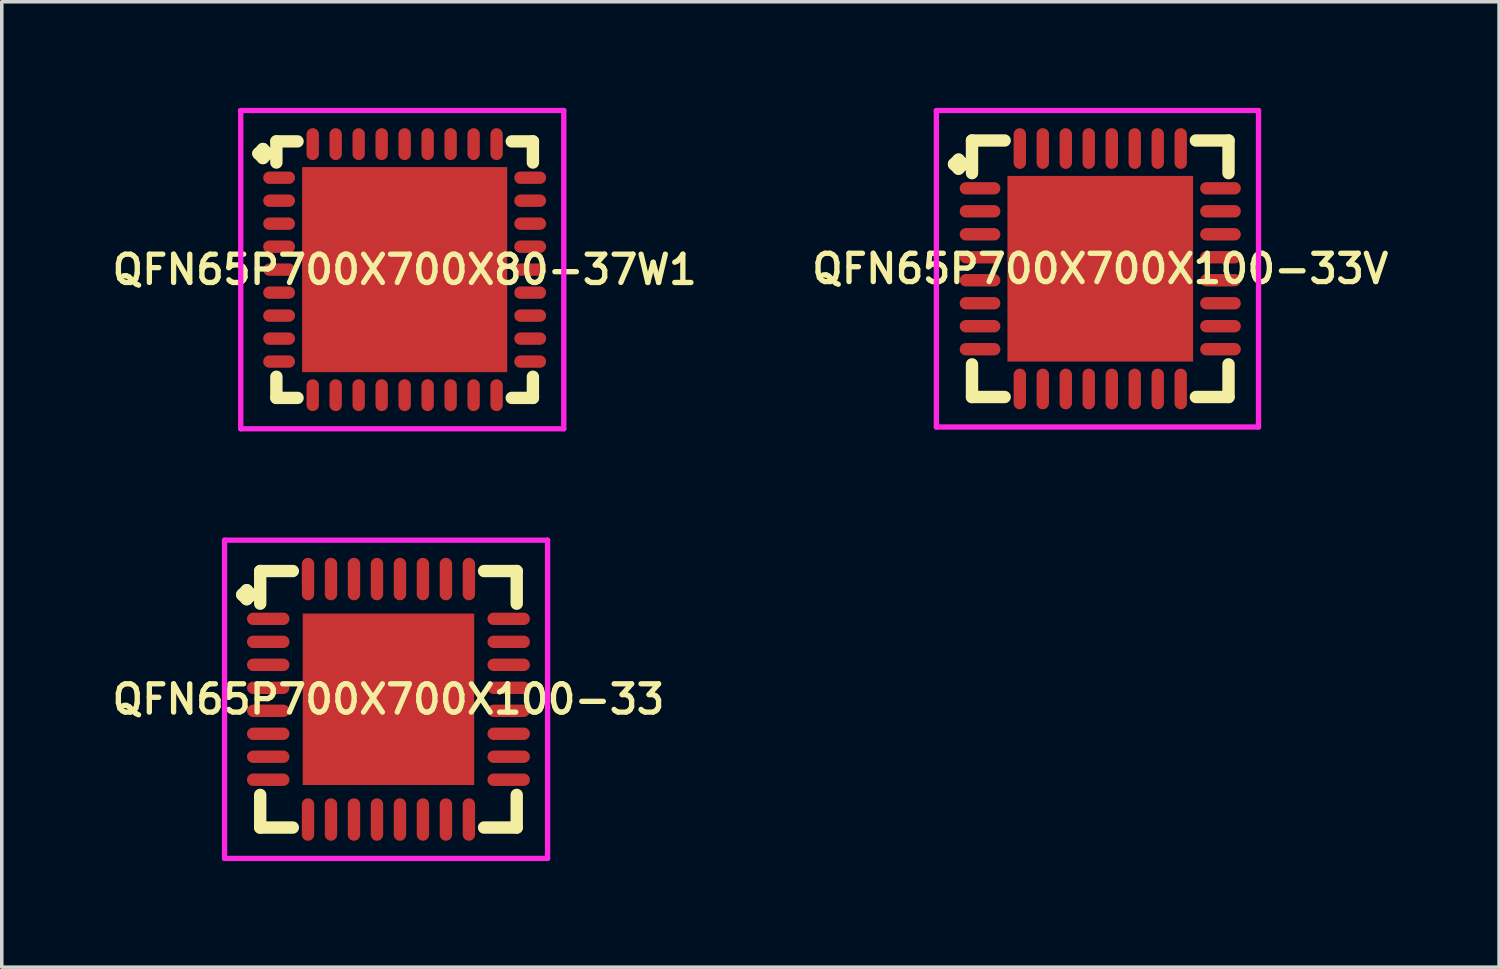
<source format=kicad_pcb>
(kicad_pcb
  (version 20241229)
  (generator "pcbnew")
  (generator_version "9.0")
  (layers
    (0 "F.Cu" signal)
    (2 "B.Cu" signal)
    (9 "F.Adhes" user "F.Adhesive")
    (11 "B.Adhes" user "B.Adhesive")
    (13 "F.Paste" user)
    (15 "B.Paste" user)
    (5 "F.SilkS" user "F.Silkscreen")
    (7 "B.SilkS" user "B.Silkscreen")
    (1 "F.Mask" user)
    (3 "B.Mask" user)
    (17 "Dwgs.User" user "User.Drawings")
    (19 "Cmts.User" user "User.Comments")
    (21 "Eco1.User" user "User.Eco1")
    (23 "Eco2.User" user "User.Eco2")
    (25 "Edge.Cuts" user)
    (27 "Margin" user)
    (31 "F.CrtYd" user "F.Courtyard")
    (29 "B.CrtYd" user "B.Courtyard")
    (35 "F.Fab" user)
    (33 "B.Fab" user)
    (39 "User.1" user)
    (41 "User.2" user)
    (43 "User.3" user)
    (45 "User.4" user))
  (footprint "QFN65P700X700X100-33"
    (layer "F.Cu")
    (at 7.935 16.725)
    (property "Reference" "QFN65P700X700X100-33" (at 0 0 0) (layer "F.SilkS") (effects (font (size 0.8 0.8) (thickness 0.15))))
    (attr smd)
    (fp_line (start -4.135 -2.958) (end -4.008 -3.085) (stroke (width 0.35) (type solid)) (layer "F.SilkS"))
    (fp_line (start -4.008 -3.085) (end -3.881 -2.958) (stroke (width 0.35) (type solid)) (layer "F.SilkS"))
    (fp_line (start -4.008 -2.831) (end -4.135 -2.958) (stroke (width 0.35) (type solid)) (layer "F.SilkS"))
    (fp_line (start -3.881 -2.958) (end -4.008 -2.831) (stroke (width 0.35) (type solid)) (layer "F.SilkS"))
    (fp_line (start -3.627 -3.627) (end -2.704 -3.627) (stroke (width 0.35) (type solid)) (layer "F.SilkS"))
    (fp_line (start -3.627 -2.704) (end -3.627 -3.627) (stroke (width 0.35) (type solid)) (layer "F.SilkS"))
    (fp_line (start -3.627 2.704) (end -3.627 3.627) (stroke (width 0.35) (type solid)) (layer "F.SilkS"))
    (fp_line (start -3.627 3.627) (end -2.704 3.627) (stroke (width 0.35) (type solid)) (layer "F.SilkS"))
    (fp_line (start 2.704 -3.627) (end 3.627 -3.627) (stroke (width 0.35) (type solid)) (layer "F.SilkS"))
    (fp_line (start 2.704 3.627) (end 3.627 3.627) (stroke (width 0.35) (type solid)) (layer "F.SilkS"))
    (fp_line (start 3.627 -3.627) (end 3.627 -2.704) (stroke (width 0.35) (type solid)) (layer "F.SilkS"))
    (fp_line (start 3.627 3.627) (end 3.627 2.704) (stroke (width 0.35) (type solid)) (layer "F.SilkS"))
    (fp_line (start -4.635 -4.5) (end 4.5 -4.5) (stroke (width 0.15) (type solid)) (layer "F.CrtYd"))
    (fp_line (start -4.635 4.5) (end -4.635 -4.5) (stroke (width 0.15) (type solid)) (layer "F.CrtYd"))
    (fp_line (start 4.5 -4.5) (end 4.5 4.5) (stroke (width 0.15) (type solid)) (layer "F.CrtYd"))
    (fp_line (start 4.5 4.5) (end -4.635 4.5) (stroke (width 0.15) (type solid)) (layer "F.CrtYd"))
    (pad "1" smd oval (at -3.4 -2.275) (size 1.2 0.35) (layers "F.Cu" "F.Mask" "F.Paste"))
    (pad "2" smd oval (at -3.4 -1.625) (size 1.2 0.35) (layers "F.Cu" "F.Mask" "F.Paste"))
    (pad "3" smd oval (at -3.4 -0.975) (size 1.2 0.35) (layers "F.Cu" "F.Mask" "F.Paste"))
    (pad "4" smd oval (at -3.4 -0.325) (size 1.2 0.35) (layers "F.Cu" "F.Mask" "F.Paste"))
    (pad "5" smd oval (at -3.4 0.325) (size 1.2 0.35) (layers "F.Cu" "F.Mask" "F.Paste"))
    (pad "6" smd oval (at -3.4 0.975) (size 1.2 0.35) (layers "F.Cu" "F.Mask" "F.Paste"))
    (pad "7" smd oval (at -3.4 1.625) (size 1.2 0.35) (layers "F.Cu" "F.Mask" "F.Paste"))
    (pad "8" smd oval (at -3.4 2.275) (size 1.2 0.35) (layers "F.Cu" "F.Mask" "F.Paste"))
    (pad "9" smd oval (at -2.275 3.4) (size 0.35 1.2) (layers "F.Cu" "F.Mask" "F.Paste"))
    (pad "10" smd oval (at -1.625 3.4) (size 0.35 1.2) (layers "F.Cu" "F.Mask" "F.Paste"))
    (pad "11" smd oval (at -0.975 3.4) (size 0.35 1.2) (layers "F.Cu" "F.Mask" "F.Paste"))
    (pad "12" smd oval (at -0.325 3.4) (size 0.35 1.2) (layers "F.Cu" "F.Mask" "F.Paste"))
    (pad "13" smd oval (at 0.325 3.4) (size 0.35 1.2) (layers "F.Cu" "F.Mask" "F.Paste"))
    (pad "14" smd oval (at 0.975 3.4) (size 0.35 1.2) (layers "F.Cu" "F.Mask" "F.Paste"))
    (pad "15" smd oval (at 1.625 3.4) (size 0.35 1.2) (layers "F.Cu" "F.Mask" "F.Paste"))
    (pad "16" smd oval (at 2.275 3.4) (size 0.35 1.2) (layers "F.Cu" "F.Mask" "F.Paste"))
    (pad "17" smd oval (at 3.4 2.275) (size 1.2 0.35) (layers "F.Cu" "F.Mask" "F.Paste"))
    (pad "18" smd oval (at 3.4 1.625) (size 1.2 0.35) (layers "F.Cu" "F.Mask" "F.Paste"))
    (pad "19" smd oval (at 3.4 0.975) (size 1.2 0.35) (layers "F.Cu" "F.Mask" "F.Paste"))
    (pad "20" smd oval (at 3.4 0.325) (size 1.2 0.35) (layers "F.Cu" "F.Mask" "F.Paste"))
    (pad "21" smd oval (at 3.4 -0.325) (size 1.2 0.35) (layers "F.Cu" "F.Mask" "F.Paste"))
    (pad "22" smd oval (at 3.4 -0.975) (size 1.2 0.35) (layers "F.Cu" "F.Mask" "F.Paste"))
    (pad "23" smd oval (at 3.4 -1.625) (size 1.2 0.35) (layers "F.Cu" "F.Mask" "F.Paste"))
    (pad "24" smd oval (at 3.4 -2.275) (size 1.2 0.35) (layers "F.Cu" "F.Mask" "F.Paste"))
    (pad "25" smd oval (at 2.275 -3.4) (size 0.35 1.2) (layers "F.Cu" "F.Mask" "F.Paste"))
    (pad "26" smd oval (at 1.625 -3.4) (size 0.35 1.2) (layers "F.Cu" "F.Mask" "F.Paste"))
    (pad "27" smd oval (at 0.975 -3.4) (size 0.35 1.2) (layers "F.Cu" "F.Mask" "F.Paste"))
    (pad "28" smd oval (at 0.325 -3.4) (size 0.35 1.2) (layers "F.Cu" "F.Mask" "F.Paste"))
    (pad "29" smd oval (at -0.325 -3.4) (size 0.35 1.2) (layers "F.Cu" "F.Mask" "F.Paste"))
    (pad "30" smd oval (at -0.975 -3.4) (size 0.35 1.2) (layers "F.Cu" "F.Mask" "F.Paste"))
    (pad "31" smd oval (at -1.625 -3.4) (size 0.35 1.2) (layers "F.Cu" "F.Mask" "F.Paste"))
    (pad "32" smd oval (at -2.275 -3.4) (size 0.35 1.2) (layers "F.Cu" "F.Mask" "F.Paste"))
    (pad "33" smd rect (at 0 0) (size 4.85 4.85) (layers "F.Cu" "F.Mask" "F.Paste")))
  (footprint "QFN65P700X700X100-33V"
    (layer "F.Cu")
    (at 28.064 4.55)
    (property "Reference" "QFN65P700X700X100-33V" (at 0 0 0) (layer "F.SilkS") (effects (font (size 0.8 0.8) (thickness 0.15))))
    (attr smd)
    (fp_line (start -4.135 -2.958) (end -4.008 -3.085) (stroke (width 0.35) (type solid)) (layer "F.SilkS"))
    (fp_line (start -4.008 -3.085) (end -3.881 -2.958) (stroke (width 0.35) (type solid)) (layer "F.SilkS"))
    (fp_line (start -4.008 -2.831) (end -4.135 -2.958) (stroke (width 0.35) (type solid)) (layer "F.SilkS"))
    (fp_line (start -3.881 -2.958) (end -4.008 -2.831) (stroke (width 0.35) (type solid)) (layer "F.SilkS"))
    (fp_line (start -3.627 -3.627) (end -2.704 -3.627) (stroke (width 0.35) (type solid)) (layer "F.SilkS"))
    (fp_line (start -3.627 -2.704) (end -3.627 -3.627) (stroke (width 0.35) (type solid)) (layer "F.SilkS"))
    (fp_line (start -3.627 2.704) (end -3.627 3.627) (stroke (width 0.35) (type solid)) (layer "F.SilkS"))
    (fp_line (start -3.627 3.627) (end -2.704 3.627) (stroke (width 0.35) (type solid)) (layer "F.SilkS"))
    (fp_line (start 2.704 -3.627) (end 3.627 -3.627) (stroke (width 0.35) (type solid)) (layer "F.SilkS"))
    (fp_line (start 2.704 3.627) (end 3.627 3.627) (stroke (width 0.35) (type solid)) (layer "F.SilkS"))
    (fp_line (start 3.627 -3.627) (end 3.627 -2.704) (stroke (width 0.35) (type solid)) (layer "F.SilkS"))
    (fp_line (start 3.627 3.627) (end 3.627 2.704) (stroke (width 0.35) (type solid)) (layer "F.SilkS"))
    (fp_line (start -4.635 -4.475) (end 4.475 -4.475) (stroke (width 0.15) (type solid)) (layer "F.CrtYd"))
    (fp_line (start -4.635 4.475) (end -4.635 -4.475) (stroke (width 0.15) (type solid)) (layer "F.CrtYd"))
    (fp_line (start 4.475 -4.475) (end 4.475 4.475) (stroke (width 0.15) (type solid)) (layer "F.CrtYd"))
    (fp_line (start 4.475 4.475) (end -4.635 4.475) (stroke (width 0.15) (type solid)) (layer "F.CrtYd"))
    (pad "1" smd oval (at -3.4 -2.275) (size 1.15 0.35) (layers "F.Cu" "F.Mask" "F.Paste"))
    (pad "2" smd oval (at -3.4 -1.625) (size 1.15 0.35) (layers "F.Cu" "F.Mask" "F.Paste"))
    (pad "3" smd oval (at -3.4 -0.975) (size 1.15 0.35) (layers "F.Cu" "F.Mask" "F.Paste"))
    (pad "4" smd oval (at -3.4 -0.325) (size 1.15 0.35) (layers "F.Cu" "F.Mask" "F.Paste"))
    (pad "5" smd oval (at -3.4 0.325) (size 1.15 0.35) (layers "F.Cu" "F.Mask" "F.Paste"))
    (pad "6" smd oval (at -3.4 0.975) (size 1.15 0.35) (layers "F.Cu" "F.Mask" "F.Paste"))
    (pad "7" smd oval (at -3.4 1.625) (size 1.15 0.35) (layers "F.Cu" "F.Mask" "F.Paste"))
    (pad "8" smd oval (at -3.4 2.275) (size 1.15 0.35) (layers "F.Cu" "F.Mask" "F.Paste"))
    (pad "9" smd oval (at -2.275 3.4) (size 0.35 1.15) (layers "F.Cu" "F.Mask" "F.Paste"))
    (pad "10" smd oval (at -1.625 3.4) (size 0.35 1.15) (layers "F.Cu" "F.Mask" "F.Paste"))
    (pad "11" smd oval (at -0.975 3.4) (size 0.35 1.15) (layers "F.Cu" "F.Mask" "F.Paste"))
    (pad "12" smd oval (at -0.325 3.4) (size 0.35 1.15) (layers "F.Cu" "F.Mask" "F.Paste"))
    (pad "13" smd oval (at 0.325 3.4) (size 0.35 1.15) (layers "F.Cu" "F.Mask" "F.Paste"))
    (pad "14" smd oval (at 0.975 3.4) (size 0.35 1.15) (layers "F.Cu" "F.Mask" "F.Paste"))
    (pad "15" smd oval (at 1.625 3.4) (size 0.35 1.15) (layers "F.Cu" "F.Mask" "F.Paste"))
    (pad "16" smd oval (at 2.275 3.4) (size 0.35 1.15) (layers "F.Cu" "F.Mask" "F.Paste"))
    (pad "17" smd oval (at 3.4 2.275) (size 1.15 0.35) (layers "F.Cu" "F.Mask" "F.Paste"))
    (pad "18" smd oval (at 3.4 1.625) (size 1.15 0.35) (layers "F.Cu" "F.Mask" "F.Paste"))
    (pad "19" smd oval (at 3.4 0.975) (size 1.15 0.35) (layers "F.Cu" "F.Mask" "F.Paste"))
    (pad "20" smd oval (at 3.4 0.325) (size 1.15 0.35) (layers "F.Cu" "F.Mask" "F.Paste"))
    (pad "21" smd oval (at 3.4 -0.325) (size 1.15 0.35) (layers "F.Cu" "F.Mask" "F.Paste"))
    (pad "22" smd oval (at 3.4 -0.975) (size 1.15 0.35) (layers "F.Cu" "F.Mask" "F.Paste"))
    (pad "23" smd oval (at 3.4 -1.625) (size 1.15 0.35) (layers "F.Cu" "F.Mask" "F.Paste"))
    (pad "24" smd oval (at 3.4 -2.275) (size 1.15 0.35) (layers "F.Cu" "F.Mask" "F.Paste"))
    (pad "25" smd oval (at 2.275 -3.4) (size 0.35 1.15) (layers "F.Cu" "F.Mask" "F.Paste"))
    (pad "26" smd oval (at 1.625 -3.4) (size 0.35 1.15) (layers "F.Cu" "F.Mask" "F.Paste"))
    (pad "27" smd oval (at 0.975 -3.4) (size 0.35 1.15) (layers "F.Cu" "F.Mask" "F.Paste"))
    (pad "28" smd oval (at 0.325 -3.4) (size 0.35 1.15) (layers "F.Cu" "F.Mask" "F.Paste"))
    (pad "29" smd oval (at -0.325 -3.4) (size 0.35 1.15) (layers "F.Cu" "F.Mask" "F.Paste"))
    (pad "30" smd oval (at -0.975 -3.4) (size 0.35 1.15) (layers "F.Cu" "F.Mask" "F.Paste"))
    (pad "31" smd oval (at -1.625 -3.4) (size 0.35 1.15) (layers "F.Cu" "F.Mask" "F.Paste"))
    (pad "32" smd oval (at -2.275 -3.4) (size 0.35 1.15) (layers "F.Cu" "F.Mask" "F.Paste"))
    (pad "33" smd rect (at 0 0) (size 5.25 5.25) (layers "F.Cu" "F.Mask" "F.Paste")))
  (footprint "QFN65P700X700X80-37W1"
    (layer "F.Cu")
    (at 8.393 4.575)
    (property "Reference" "QFN65P700X700X80-37W1" (at 0 0 0) (layer "F.SilkS") (effects (font (size 0.8 0.8) (thickness 0.15))))
    (attr smd)
    (fp_line (start -4.135 -3.283) (end -4.008 -3.41) (stroke (width 0.35) (type solid)) (layer "F.SilkS"))
    (fp_line (start -4.008 -3.41) (end -3.881 -3.283) (stroke (width 0.35) (type solid)) (layer "F.SilkS"))
    (fp_line (start -4.008 -3.156) (end -4.135 -3.283) (stroke (width 0.35) (type solid)) (layer "F.SilkS"))
    (fp_line (start -3.881 -3.283) (end -4.008 -3.156) (stroke (width 0.35) (type solid)) (layer "F.SilkS"))
    (fp_line (start -3.627 -3.627) (end -3.029 -3.627) (stroke (width 0.35) (type solid)) (layer "F.SilkS"))
    (fp_line (start -3.627 -3.029) (end -3.627 -3.627) (stroke (width 0.35) (type solid)) (layer "F.SilkS"))
    (fp_line (start -3.627 3.029) (end -3.627 3.627) (stroke (width 0.35) (type solid)) (layer "F.SilkS"))
    (fp_line (start -3.627 3.627) (end -3.029 3.627) (stroke (width 0.35) (type solid)) (layer "F.SilkS"))
    (fp_line (start 3.029 -3.627) (end 3.627 -3.627) (stroke (width 0.35) (type solid)) (layer "F.SilkS"))
    (fp_line (start 3.029 3.627) (end 3.627 3.627) (stroke (width 0.35) (type solid)) (layer "F.SilkS"))
    (fp_line (start 3.627 -3.627) (end 3.627 -3.029) (stroke (width 0.35) (type solid)) (layer "F.SilkS"))
    (fp_line (start 3.627 3.627) (end 3.627 3.029) (stroke (width 0.35) (type solid)) (layer "F.SilkS"))
    (fp_line (start -4.635 -4.5) (end 4.5 -4.5) (stroke (width 0.15) (type solid)) (layer "F.CrtYd"))
    (fp_line (start -4.635 4.5) (end -4.635 -4.5) (stroke (width 0.15) (type solid)) (layer "F.CrtYd"))
    (fp_line (start 4.5 -4.5) (end 4.5 4.5) (stroke (width 0.15) (type solid)) (layer "F.CrtYd"))
    (fp_line (start 4.5 4.5) (end -4.635 4.5) (stroke (width 0.15) (type solid)) (layer "F.CrtYd"))
    (pad "1" smd oval (at -3.55 -2.6) (size 0.9 0.35) (layers "F.Cu" "F.Mask" "F.Paste"))
    (pad "2" smd oval (at -3.55 -1.95) (size 0.9 0.35) (layers "F.Cu" "F.Mask" "F.Paste"))
    (pad "3" smd oval (at -3.55 -1.3) (size 0.9 0.35) (layers "F.Cu" "F.Mask" "F.Paste"))
    (pad "4" smd oval (at -3.55 -0.65) (size 0.9 0.35) (layers "F.Cu" "F.Mask" "F.Paste"))
    (pad "5" smd oval (at -3.55 0) (size 0.9 0.35) (layers "F.Cu" "F.Mask" "F.Paste"))
    (pad "6" smd oval (at -3.55 0.65) (size 0.9 0.35) (layers "F.Cu" "F.Mask" "F.Paste"))
    (pad "7" smd oval (at -3.55 1.3) (size 0.9 0.35) (layers "F.Cu" "F.Mask" "F.Paste"))
    (pad "8" smd oval (at -3.55 1.95) (size 0.9 0.35) (layers "F.Cu" "F.Mask" "F.Paste"))
    (pad "9" smd oval (at -3.55 2.6) (size 0.9 0.35) (layers "F.Cu" "F.Mask" "F.Paste"))
    (pad "10" smd oval (at -2.6 3.55) (size 0.35 0.9) (layers "F.Cu" "F.Mask" "F.Paste"))
    (pad "11" smd oval (at -1.95 3.55) (size 0.35 0.9) (layers "F.Cu" "F.Mask" "F.Paste"))
    (pad "12" smd oval (at -1.3 3.55) (size 0.35 0.9) (layers "F.Cu" "F.Mask" "F.Paste"))
    (pad "13" smd oval (at -0.65 3.55) (size 0.35 0.9) (layers "F.Cu" "F.Mask" "F.Paste"))
    (pad "14" smd oval (at 0 3.55) (size 0.35 0.9) (layers "F.Cu" "F.Mask" "F.Paste"))
    (pad "15" smd oval (at 0.65 3.55) (size 0.35 0.9) (layers "F.Cu" "F.Mask" "F.Paste"))
    (pad "16" smd oval (at 1.3 3.55) (size 0.35 0.9) (layers "F.Cu" "F.Mask" "F.Paste"))
    (pad "17" smd oval (at 1.95 3.55) (size 0.35 0.9) (layers "F.Cu" "F.Mask" "F.Paste"))
    (pad "18" smd oval (at 2.6 3.55) (size 0.35 0.9) (layers "F.Cu" "F.Mask" "F.Paste"))
    (pad "19" smd oval (at 3.55 2.6) (size 0.9 0.35) (layers "F.Cu" "F.Mask" "F.Paste"))
    (pad "20" smd oval (at 3.55 1.95) (size 0.9 0.35) (layers "F.Cu" "F.Mask" "F.Paste"))
    (pad "21" smd oval (at 3.55 1.3) (size 0.9 0.35) (layers "F.Cu" "F.Mask" "F.Paste"))
    (pad "22" smd oval (at 3.55 0.65) (size 0.9 0.35) (layers "F.Cu" "F.Mask" "F.Paste"))
    (pad "23" smd oval (at 3.55 0) (size 0.9 0.35) (layers "F.Cu" "F.Mask" "F.Paste"))
    (pad "24" smd oval (at 3.55 -0.65) (size 0.9 0.35) (layers "F.Cu" "F.Mask" "F.Paste"))
    (pad "25" smd oval (at 3.55 -1.3) (size 0.9 0.35) (layers "F.Cu" "F.Mask" "F.Paste"))
    (pad "26" smd oval (at 3.55 -1.95) (size 0.9 0.35) (layers "F.Cu" "F.Mask" "F.Paste"))
    (pad "27" smd oval (at 3.55 -2.6) (size 0.9 0.35) (layers "F.Cu" "F.Mask" "F.Paste"))
    (pad "28" smd oval (at 2.6 -3.55) (size 0.35 0.9) (layers "F.Cu" "F.Mask" "F.Paste"))
    (pad "29" smd oval (at 1.95 -3.55) (size 0.35 0.9) (layers "F.Cu" "F.Mask" "F.Paste"))
    (pad "30" smd oval (at 1.3 -3.55) (size 0.35 0.9) (layers "F.Cu" "F.Mask" "F.Paste"))
    (pad "31" smd oval (at 0.65 -3.55) (size 0.35 0.9) (layers "F.Cu" "F.Mask" "F.Paste"))
    (pad "32" smd oval (at 0 -3.55) (size 0.35 0.9) (layers "F.Cu" "F.Mask" "F.Paste"))
    (pad "33" smd oval (at -0.65 -3.55) (size 0.35 0.9) (layers "F.Cu" "F.Mask" "F.Paste"))
    (pad "34" smd oval (at -1.3 -3.55) (size 0.35 0.9) (layers "F.Cu" "F.Mask" "F.Paste"))
    (pad "35" smd oval (at -1.95 -3.55) (size 0.35 0.9) (layers "F.Cu" "F.Mask" "F.Paste"))
    (pad "36" smd oval (at -2.6 -3.55) (size 0.35 0.9) (layers "F.Cu" "F.Mask" "F.Paste"))
    (pad "37" smd rect (at 0 0) (size 5.8 5.8) (layers "F.Cu" "F.Mask" "F.Paste")))
  (gr_rect
    (start -3 -3)
    (end 39.342 24.3)
    (stroke (width 0.1) (type default))
    (fill no)
    (layer "Edge.Cuts")))
</source>
